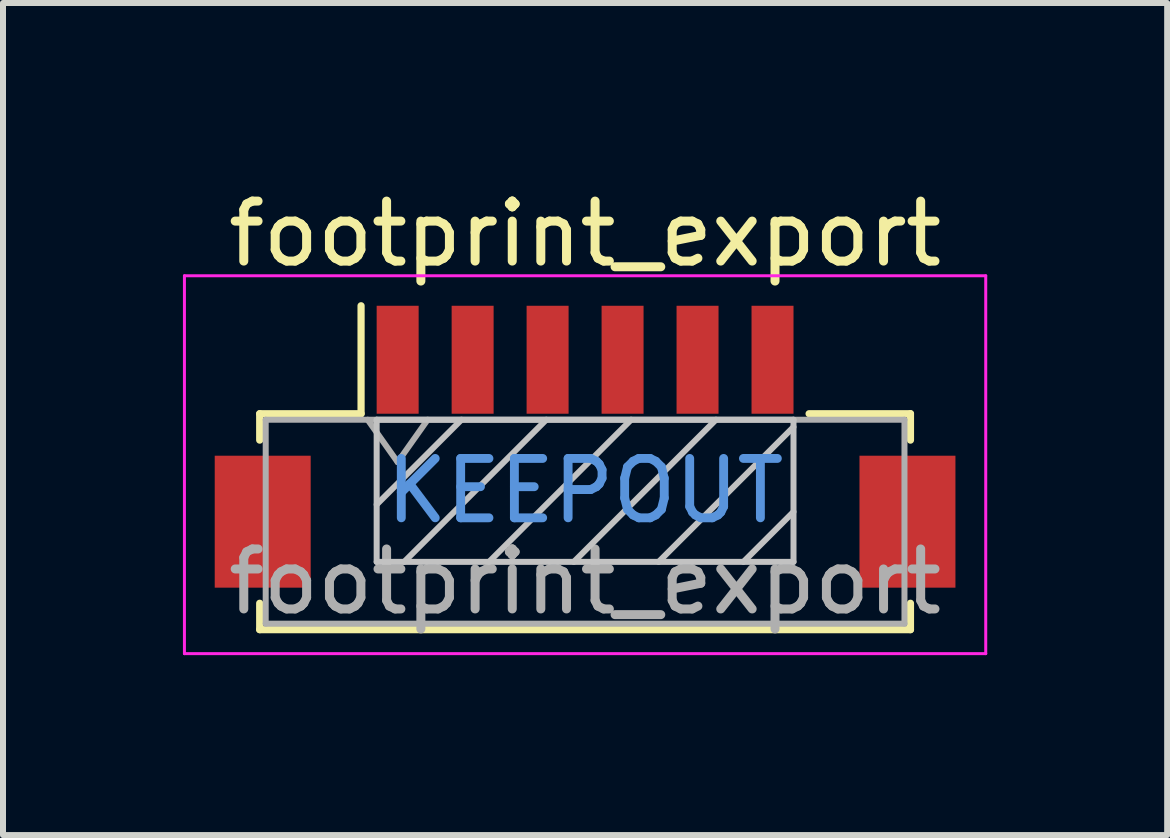
<source format=kicad_pcb>
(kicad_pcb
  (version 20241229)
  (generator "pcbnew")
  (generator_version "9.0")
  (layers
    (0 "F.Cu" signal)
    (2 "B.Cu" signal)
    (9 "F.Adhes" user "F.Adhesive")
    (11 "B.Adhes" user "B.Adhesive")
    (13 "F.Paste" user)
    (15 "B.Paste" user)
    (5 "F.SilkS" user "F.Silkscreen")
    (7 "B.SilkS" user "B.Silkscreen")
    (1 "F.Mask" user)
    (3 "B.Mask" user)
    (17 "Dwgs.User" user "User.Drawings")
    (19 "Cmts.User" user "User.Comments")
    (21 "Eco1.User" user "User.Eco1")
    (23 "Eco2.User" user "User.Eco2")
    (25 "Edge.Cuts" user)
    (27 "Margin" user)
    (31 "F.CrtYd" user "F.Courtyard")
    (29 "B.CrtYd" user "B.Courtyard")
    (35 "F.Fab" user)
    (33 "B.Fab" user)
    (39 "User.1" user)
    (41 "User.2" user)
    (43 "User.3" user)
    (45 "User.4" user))
  (footprint "footprint_export"
    (layer "F.Cu")
    (at 6.705 4.398)
    (property "Reference" "footprint_export" (at 0 -3.55 0) (layer "F.SilkS") (effects (font (size 1 1) (thickness 0.15))))
    (attr smd)
    (fp_line (start -5.425 -0.55) (end -5.425 -0.11) (stroke (width 0.12) (type solid)) (layer "F.SilkS"))
    (fp_line (start -5.425 2.61) (end -5.425 3.05) (stroke (width 0.12) (type solid)) (layer "F.SilkS"))
    (fp_line (start -5.425 3.05) (end 5.425 3.05) (stroke (width 0.12) (type solid)) (layer "F.SilkS"))
    (fp_line (start -3.735 -0.55) (end -5.425 -0.55) (stroke (width 0.12) (type solid)) (layer "F.SilkS"))
    (fp_line (start -3.735 -0.55) (end -3.735 -2.35) (stroke (width 0.12) (type solid)) (layer "F.SilkS"))
    (fp_line (start 3.735 -0.55) (end 5.425 -0.55) (stroke (width 0.12) (type solid)) (layer "F.SilkS"))
    (fp_line (start 5.425 -0.55) (end 5.425 -0.11) (stroke (width 0.12) (type solid)) (layer "F.SilkS"))
    (fp_line (start 5.425 3.05) (end 5.425 2.61) (stroke (width 0.12) (type solid)) (layer "F.SilkS"))
    (fp_line (start -3.475 -0.45) (end -3.475 1.92) (stroke (width 0.1) (type solid)) (layer "Dwgs.User"))
    (fp_line (start -3.475 1.92) (end 3.475 1.92) (stroke (width 0.1) (type solid)) (layer "Dwgs.User"))
    (fp_line (start -2.061 -0.45) (end -3.475 0.964) (stroke (width 0.1) (type solid)) (layer "Dwgs.User"))
    (fp_line (start -0.647 -0.45) (end -3.017 1.92) (stroke (width 0.1) (type solid)) (layer "Dwgs.User"))
    (fp_line (start 0.768 -0.45) (end -1.602 1.92) (stroke (width 0.1) (type solid)) (layer "Dwgs.User"))
    (fp_line (start 2.182 -0.45) (end -0.188 1.92) (stroke (width 0.1) (type solid)) (layer "Dwgs.User"))
    (fp_line (start 3.475 -0.45) (end -3.475 -0.45) (stroke (width 0.1) (type solid)) (layer "Dwgs.User"))
    (fp_line (start 3.475 -0.329) (end 1.226 1.92) (stroke (width 0.1) (type solid)) (layer "Dwgs.User"))
    (fp_line (start 3.475 1.085) (end 2.64 1.92) (stroke (width 0.1) (type solid)) (layer "Dwgs.User"))
    (fp_line (start 3.475 1.92) (end 3.475 -0.45) (stroke (width 0.1) (type solid)) (layer "Dwgs.User"))
    (fp_line (start -6.68 -2.85) (end -6.68 3.45) (stroke (width 0.05) (type solid)) (layer "F.CrtYd"))
    (fp_line (start -6.68 3.45) (end 6.68 3.45) (stroke (width 0.05) (type solid)) (layer "F.CrtYd"))
    (fp_line (start 6.68 -2.85) (end -6.68 -2.85) (stroke (width 0.05) (type solid)) (layer "F.CrtYd"))
    (fp_line (start 6.68 3.45) (end 6.68 -2.85) (stroke (width 0.05) (type solid)) (layer "F.CrtYd"))
    (fp_line (start -5.325 -0.45) (end -5.325 2.95) (stroke (width 0.1) (type solid)) (layer "F.Fab"))
    (fp_line (start -5.325 2.95) (end 5.325 2.95) (stroke (width 0.1) (type solid)) (layer "F.Fab"))
    (fp_line (start -3.625 -0.45) (end -3.125 0.257) (stroke (width 0.1) (type solid)) (layer "F.Fab"))
    (fp_line (start -3.125 0.257) (end -2.625 -0.45) (stroke (width 0.1) (type solid)) (layer "F.Fab"))
    (fp_line (start 5.325 -0.45) (end -5.325 -0.45) (stroke (width 0.1) (type solid)) (layer "F.Fab"))
    (fp_line (start 5.325 2.95) (end 5.325 -0.45) (stroke (width 0.1) (type solid)) (layer "F.Fab"))
    (fp_text user "KEEPOUT" (at 0 0.735 0) (layer "Cmts.User") (effects (font (size 0.99 0.99) (thickness 0.148))))
    (fp_text user "${REFERENCE}" (at 0 2.25 0) (layer "F.Fab") (effects (font (size 1 1) (thickness 0.15))))
    (pad "1" smd rect (at -3.125 -1.45) (size 0.7 1.8) (layers "F.Cu" "F.Mask" "F.Paste"))
    (pad "2" smd rect (at -1.875 -1.45) (size 0.7 1.8) (layers "F.Cu" "F.Mask" "F.Paste"))
    (pad "3" smd rect (at -0.625 -1.45) (size 0.7 1.8) (layers "F.Cu" "F.Mask" "F.Paste"))
    (pad "4" smd rect (at 0.625 -1.45) (size 0.7 1.8) (layers "F.Cu" "F.Mask" "F.Paste"))
    (pad "5" smd rect (at 1.875 -1.45) (size 0.7 1.8) (layers "F.Cu" "F.Mask" "F.Paste"))
    (pad "6" smd rect (at 3.125 -1.45) (size 0.7 1.8) (layers "F.Cu" "F.Mask" "F.Paste"))
    (pad "MP" smd rect (at -5.375 1.25) (size 1.6 2.2) (layers "F.Cu" "F.Mask" "F.Paste"))
    (pad "MP" smd rect (at 5.375 1.25) (size 1.6 2.2) (layers "F.Cu" "F.Mask" "F.Paste")))
  (gr_rect
    (start -3 -3)
    (end 16.41 10.873)
    (stroke (width 0.1) (type default))
    (fill no)
    (layer "Edge.Cuts")))
</source>
